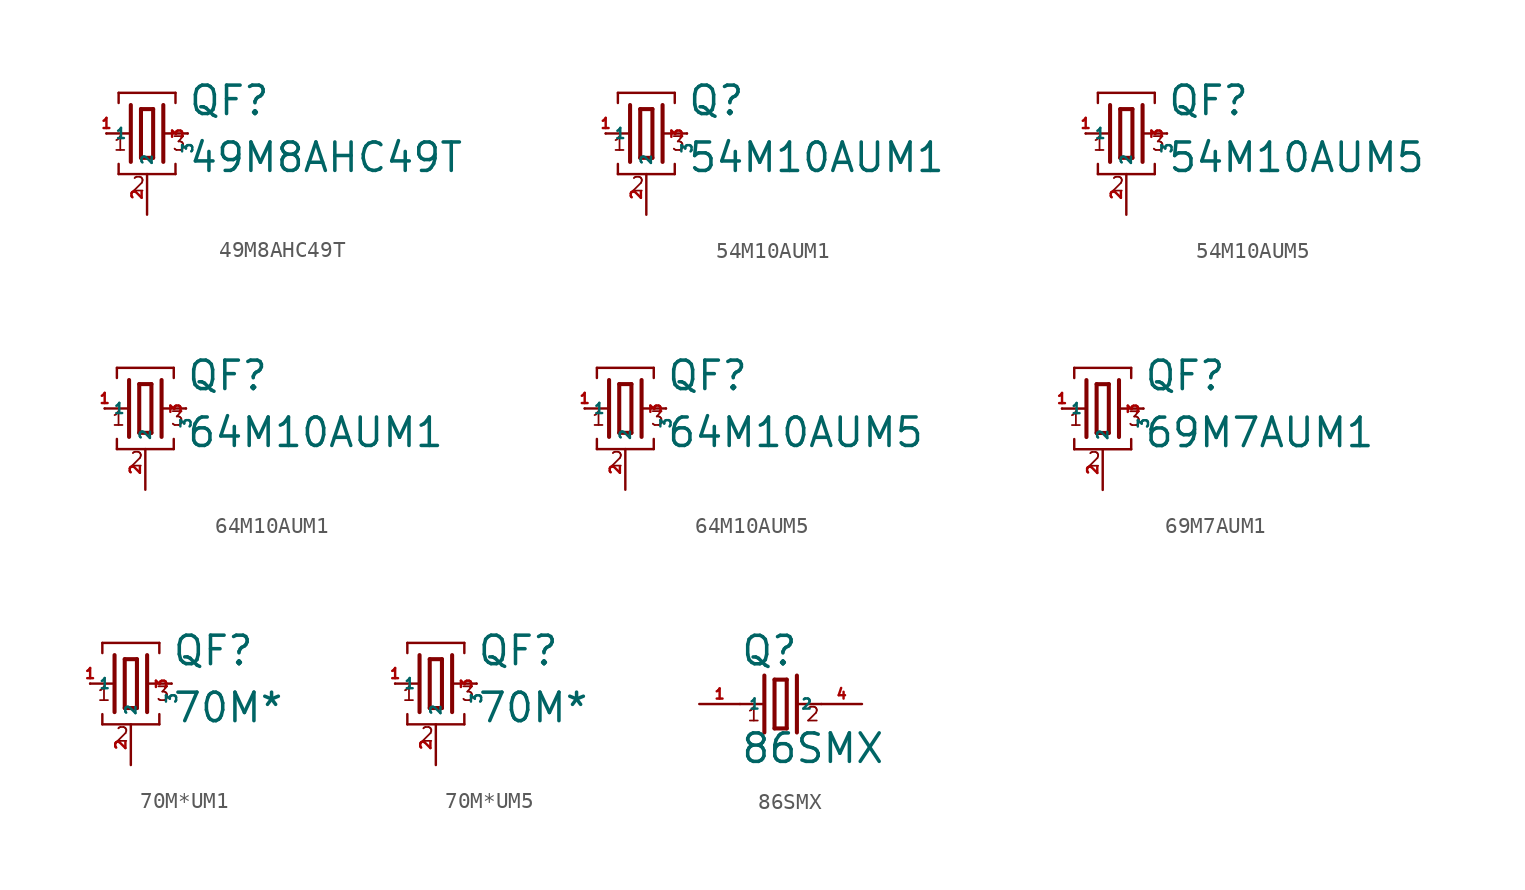
<source format=kicad_sym>
(kicad_symbol_lib
  (version 20220914)
  (generator Eagle2Kicad)
  (symbol "49M8AHC49T"
    (property "Reference" "QF"
      (at 2.54 1.016 0)
      (effects (font (size 1.778 1.778) (thickness 0.22)) (justify left bottom)))
    (property "Value" "49M8AHC49T"
      (at 2.54 -2.54 0)
      (effects (font (size 1.778 1.778) (thickness 0.22)) (justify left bottom)))
    (polyline
      (pts (xy 1.016 0) (xy 2.54 0))
      (stroke (width 0.152) (type default))
      (fill (type none)))
    (polyline
      (pts (xy -2.54 0) (xy -1.016 0))
      (stroke (width 0.152) (type default))
      (fill (type none)))
    (polyline
      (pts (xy -0.381 1.524) (xy -0.381 -1.524))
      (stroke (width 0.254) (type default))
      (fill (type none)))
    (polyline
      (pts (xy -0.381 -1.524) (xy 0.381 -1.524))
      (stroke (width 0.254) (type default))
      (fill (type none)))
    (polyline
      (pts (xy 0.381 -1.524) (xy 0.381 1.524))
      (stroke (width 0.254) (type default))
      (fill (type none)))
    (polyline
      (pts (xy 0.381 1.524) (xy -0.381 1.524))
      (stroke (width 0.254) (type default))
      (fill (type none)))
    (polyline
      (pts (xy 1.016 1.778) (xy 1.016 -1.778))
      (stroke (width 0.254) (type default))
      (fill (type none)))
    (polyline
      (pts (xy -1.016 1.778) (xy -1.016 -1.778))
      (stroke (width 0.254) (type default))
      (fill (type none)))
    (polyline
      (pts (xy -1.778 1.905) (xy -1.778 2.54))
      (stroke (width 0.152) (type default))
      (fill (type none)))
    (polyline
      (pts (xy -1.778 2.54) (xy 1.778 2.54))
      (stroke (width 0.152) (type default))
      (fill (type none)))
    (polyline
      (pts (xy 1.778 2.54) (xy 1.778 1.905))
      (stroke (width 0.152) (type default))
      (fill (type none)))
    (polyline
      (pts (xy 1.778 -1.905) (xy 1.778 -2.54))
      (stroke (width 0.152) (type default))
      (fill (type none)))
    (polyline
      (pts (xy -1.778 -2.54) (xy 1.778 -2.54))
      (stroke (width 0.152) (type default))
      (fill (type none)))
    (polyline
      (pts (xy -1.778 -2.54) (xy -1.778 -1.905))
      (stroke (width 0.152) (type default))
      (fill (type none)))
    (text "1"
      (at -2.159 -1.143 0)
      (effects (font (size 0.864 0.864) (thickness 0.11)) (justify left bottom)))
    (text "2"
      (at -1.016 -3.683 0)
      (effects (font (size 0.864 0.864) (thickness 0.11)) (justify left bottom)))
    (text "3"
      (at 1.524 -1.143 0)
      (effects (font (size 0.864 0.864) (thickness 0.11)) (justify left bottom)))
    (pin passive line
      (at 2.54 0 270)
      (length 0)
      (name "3" (effects (font (size 0.635 0.635) (thickness 0.08)) (justify left bottom)))
      (number "3" (effects (font (size 0.635 0.635) (thickness 0.08)) (justify left bottom))))
    (pin passive line
      (at -2.54 0 0)
      (length 0)
      (name "1" (effects (font (size 0.635 0.635) (thickness 0.08)) (justify left bottom)))
      (number "1" (effects (font (size 0.635 0.635) (thickness 0.08)) (justify left bottom))))
    (pin passive line
      (at 0 -5.08 90)
      (length 2.54)
      (name "2" (effects (font (size 0.635 0.635) (thickness 0.08)) (justify left bottom)))
      (number "2" (effects (font (size 0.635 0.635) (thickness 0.08)) (justify left bottom)))))
  (symbol "54M10AUM1"
    (property "Reference" "Q"
      (at 2.54 1.016 0)
      (effects (font (size 1.778 1.778) (thickness 0.22)) (justify left bottom)))
    (property "Value" "54M10AUM1"
      (at 2.54 -2.54 0)
      (effects (font (size 1.778 1.778) (thickness 0.22)) (justify left bottom)))
    (polyline
      (pts (xy 1.016 0) (xy 2.54 0))
      (stroke (width 0.152) (type default))
      (fill (type none)))
    (polyline
      (pts (xy -2.54 0) (xy -1.016 0))
      (stroke (width 0.152) (type default))
      (fill (type none)))
    (polyline
      (pts (xy -0.381 1.524) (xy -0.381 -1.524))
      (stroke (width 0.254) (type default))
      (fill (type none)))
    (polyline
      (pts (xy -0.381 -1.524) (xy 0.381 -1.524))
      (stroke (width 0.254) (type default))
      (fill (type none)))
    (polyline
      (pts (xy 0.381 -1.524) (xy 0.381 1.524))
      (stroke (width 0.254) (type default))
      (fill (type none)))
    (polyline
      (pts (xy 0.381 1.524) (xy -0.381 1.524))
      (stroke (width 0.254) (type default))
      (fill (type none)))
    (polyline
      (pts (xy 1.016 1.778) (xy 1.016 -1.778))
      (stroke (width 0.254) (type default))
      (fill (type none)))
    (polyline
      (pts (xy -1.016 1.778) (xy -1.016 -1.778))
      (stroke (width 0.254) (type default))
      (fill (type none)))
    (polyline
      (pts (xy -1.778 1.905) (xy -1.778 2.54))
      (stroke (width 0.152) (type default))
      (fill (type none)))
    (polyline
      (pts (xy -1.778 2.54) (xy 1.778 2.54))
      (stroke (width 0.152) (type default))
      (fill (type none)))
    (polyline
      (pts (xy 1.778 2.54) (xy 1.778 1.905))
      (stroke (width 0.152) (type default))
      (fill (type none)))
    (polyline
      (pts (xy 1.778 -1.905) (xy 1.778 -2.54))
      (stroke (width 0.152) (type default))
      (fill (type none)))
    (polyline
      (pts (xy -1.778 -2.54) (xy 1.778 -2.54))
      (stroke (width 0.152) (type default))
      (fill (type none)))
    (polyline
      (pts (xy -1.778 -2.54) (xy -1.778 -1.905))
      (stroke (width 0.152) (type default))
      (fill (type none)))
    (text "1"
      (at -2.159 -1.143 0)
      (effects (font (size 0.864 0.864) (thickness 0.11)) (justify left bottom)))
    (text "2"
      (at -1.016 -3.683 0)
      (effects (font (size 0.864 0.864) (thickness 0.11)) (justify left bottom)))
    (text "3"
      (at 1.524 -1.143 0)
      (effects (font (size 0.864 0.864) (thickness 0.11)) (justify left bottom)))
    (pin passive line
      (at 2.54 0 270)
      (length 0)
      (name "3" (effects (font (size 0.635 0.635) (thickness 0.08)) (justify left bottom)))
      (number "3" (effects (font (size 0.635 0.635) (thickness 0.08)) (justify left bottom))))
    (pin passive line
      (at -2.54 0 0)
      (length 0)
      (name "1" (effects (font (size 0.635 0.635) (thickness 0.08)) (justify left bottom)))
      (number "1" (effects (font (size 0.635 0.635) (thickness 0.08)) (justify left bottom))))
    (pin passive line
      (at 0 -5.08 90)
      (length 2.54)
      (name "2" (effects (font (size 0.635 0.635) (thickness 0.08)) (justify left bottom)))
      (number "2" (effects (font (size 0.635 0.635) (thickness 0.08)) (justify left bottom)))))
  (symbol "54M10AUM5"
    (property "Reference" "QF"
      (at 2.54 1.016 0)
      (effects (font (size 1.778 1.778) (thickness 0.22)) (justify left bottom)))
    (property "Value" "54M10AUM5"
      (at 2.54 -2.54 0)
      (effects (font (size 1.778 1.778) (thickness 0.22)) (justify left bottom)))
    (polyline
      (pts (xy 1.016 0) (xy 2.54 0))
      (stroke (width 0.152) (type default))
      (fill (type none)))
    (polyline
      (pts (xy -2.54 0) (xy -1.016 0))
      (stroke (width 0.152) (type default))
      (fill (type none)))
    (polyline
      (pts (xy -0.381 1.524) (xy -0.381 -1.524))
      (stroke (width 0.254) (type default))
      (fill (type none)))
    (polyline
      (pts (xy -0.381 -1.524) (xy 0.381 -1.524))
      (stroke (width 0.254) (type default))
      (fill (type none)))
    (polyline
      (pts (xy 0.381 -1.524) (xy 0.381 1.524))
      (stroke (width 0.254) (type default))
      (fill (type none)))
    (polyline
      (pts (xy 0.381 1.524) (xy -0.381 1.524))
      (stroke (width 0.254) (type default))
      (fill (type none)))
    (polyline
      (pts (xy 1.016 1.778) (xy 1.016 -1.778))
      (stroke (width 0.254) (type default))
      (fill (type none)))
    (polyline
      (pts (xy -1.016 1.778) (xy -1.016 -1.778))
      (stroke (width 0.254) (type default))
      (fill (type none)))
    (polyline
      (pts (xy -1.778 1.905) (xy -1.778 2.54))
      (stroke (width 0.152) (type default))
      (fill (type none)))
    (polyline
      (pts (xy -1.778 2.54) (xy 1.778 2.54))
      (stroke (width 0.152) (type default))
      (fill (type none)))
    (polyline
      (pts (xy 1.778 2.54) (xy 1.778 1.905))
      (stroke (width 0.152) (type default))
      (fill (type none)))
    (polyline
      (pts (xy 1.778 -1.905) (xy 1.778 -2.54))
      (stroke (width 0.152) (type default))
      (fill (type none)))
    (polyline
      (pts (xy -1.778 -2.54) (xy 1.778 -2.54))
      (stroke (width 0.152) (type default))
      (fill (type none)))
    (polyline
      (pts (xy -1.778 -2.54) (xy -1.778 -1.905))
      (stroke (width 0.152) (type default))
      (fill (type none)))
    (text "1"
      (at -2.159 -1.143 0)
      (effects (font (size 0.864 0.864) (thickness 0.11)) (justify left bottom)))
    (text "2"
      (at -1.016 -3.683 0)
      (effects (font (size 0.864 0.864) (thickness 0.11)) (justify left bottom)))
    (text "3"
      (at 1.524 -1.143 0)
      (effects (font (size 0.864 0.864) (thickness 0.11)) (justify left bottom)))
    (pin passive line
      (at 2.54 0 270)
      (length 0)
      (name "3" (effects (font (size 0.635 0.635) (thickness 0.08)) (justify left bottom)))
      (number "3" (effects (font (size 0.635 0.635) (thickness 0.08)) (justify left bottom))))
    (pin passive line
      (at -2.54 0 0)
      (length 0)
      (name "1" (effects (font (size 0.635 0.635) (thickness 0.08)) (justify left bottom)))
      (number "1" (effects (font (size 0.635 0.635) (thickness 0.08)) (justify left bottom))))
    (pin passive line
      (at 0 -5.08 90)
      (length 2.54)
      (name "2" (effects (font (size 0.635 0.635) (thickness 0.08)) (justify left bottom)))
      (number "2" (effects (font (size 0.635 0.635) (thickness 0.08)) (justify left bottom)))))
  (symbol "64M10AUM1"
    (property "Reference" "QF"
      (at 2.54 1.016 0)
      (effects (font (size 1.778 1.778) (thickness 0.22)) (justify left bottom)))
    (property "Value" "64M10AUM1"
      (at 2.54 -2.54 0)
      (effects (font (size 1.778 1.778) (thickness 0.22)) (justify left bottom)))
    (polyline
      (pts (xy 1.016 0) (xy 2.54 0))
      (stroke (width 0.152) (type default))
      (fill (type none)))
    (polyline
      (pts (xy -2.54 0) (xy -1.016 0))
      (stroke (width 0.152) (type default))
      (fill (type none)))
    (polyline
      (pts (xy -0.381 1.524) (xy -0.381 -1.524))
      (stroke (width 0.254) (type default))
      (fill (type none)))
    (polyline
      (pts (xy -0.381 -1.524) (xy 0.381 -1.524))
      (stroke (width 0.254) (type default))
      (fill (type none)))
    (polyline
      (pts (xy 0.381 -1.524) (xy 0.381 1.524))
      (stroke (width 0.254) (type default))
      (fill (type none)))
    (polyline
      (pts (xy 0.381 1.524) (xy -0.381 1.524))
      (stroke (width 0.254) (type default))
      (fill (type none)))
    (polyline
      (pts (xy 1.016 1.778) (xy 1.016 -1.778))
      (stroke (width 0.254) (type default))
      (fill (type none)))
    (polyline
      (pts (xy -1.016 1.778) (xy -1.016 -1.778))
      (stroke (width 0.254) (type default))
      (fill (type none)))
    (polyline
      (pts (xy -1.778 1.905) (xy -1.778 2.54))
      (stroke (width 0.152) (type default))
      (fill (type none)))
    (polyline
      (pts (xy -1.778 2.54) (xy 1.778 2.54))
      (stroke (width 0.152) (type default))
      (fill (type none)))
    (polyline
      (pts (xy 1.778 2.54) (xy 1.778 1.905))
      (stroke (width 0.152) (type default))
      (fill (type none)))
    (polyline
      (pts (xy 1.778 -1.905) (xy 1.778 -2.54))
      (stroke (width 0.152) (type default))
      (fill (type none)))
    (polyline
      (pts (xy -1.778 -2.54) (xy 1.778 -2.54))
      (stroke (width 0.152) (type default))
      (fill (type none)))
    (polyline
      (pts (xy -1.778 -2.54) (xy -1.778 -1.905))
      (stroke (width 0.152) (type default))
      (fill (type none)))
    (text "1"
      (at -2.159 -1.143 0)
      (effects (font (size 0.864 0.864) (thickness 0.11)) (justify left bottom)))
    (text "2"
      (at -1.016 -3.683 0)
      (effects (font (size 0.864 0.864) (thickness 0.11)) (justify left bottom)))
    (text "3"
      (at 1.524 -1.143 0)
      (effects (font (size 0.864 0.864) (thickness 0.11)) (justify left bottom)))
    (pin passive line
      (at 2.54 0 270)
      (length 0)
      (name "3" (effects (font (size 0.635 0.635) (thickness 0.08)) (justify left bottom)))
      (number "3" (effects (font (size 0.635 0.635) (thickness 0.08)) (justify left bottom))))
    (pin passive line
      (at -2.54 0 0)
      (length 0)
      (name "1" (effects (font (size 0.635 0.635) (thickness 0.08)) (justify left bottom)))
      (number "1" (effects (font (size 0.635 0.635) (thickness 0.08)) (justify left bottom))))
    (pin passive line
      (at 0 -5.08 90)
      (length 2.54)
      (name "2" (effects (font (size 0.635 0.635) (thickness 0.08)) (justify left bottom)))
      (number "2" (effects (font (size 0.635 0.635) (thickness 0.08)) (justify left bottom)))))
  (symbol "64M10AUM5"
    (property "Reference" "QF"
      (at 2.54 1.016 0)
      (effects (font (size 1.778 1.778) (thickness 0.22)) (justify left bottom)))
    (property "Value" "64M10AUM5"
      (at 2.54 -2.54 0)
      (effects (font (size 1.778 1.778) (thickness 0.22)) (justify left bottom)))
    (polyline
      (pts (xy 1.016 0) (xy 2.54 0))
      (stroke (width 0.152) (type default))
      (fill (type none)))
    (polyline
      (pts (xy -2.54 0) (xy -1.016 0))
      (stroke (width 0.152) (type default))
      (fill (type none)))
    (polyline
      (pts (xy -0.381 1.524) (xy -0.381 -1.524))
      (stroke (width 0.254) (type default))
      (fill (type none)))
    (polyline
      (pts (xy -0.381 -1.524) (xy 0.381 -1.524))
      (stroke (width 0.254) (type default))
      (fill (type none)))
    (polyline
      (pts (xy 0.381 -1.524) (xy 0.381 1.524))
      (stroke (width 0.254) (type default))
      (fill (type none)))
    (polyline
      (pts (xy 0.381 1.524) (xy -0.381 1.524))
      (stroke (width 0.254) (type default))
      (fill (type none)))
    (polyline
      (pts (xy 1.016 1.778) (xy 1.016 -1.778))
      (stroke (width 0.254) (type default))
      (fill (type none)))
    (polyline
      (pts (xy -1.016 1.778) (xy -1.016 -1.778))
      (stroke (width 0.254) (type default))
      (fill (type none)))
    (polyline
      (pts (xy -1.778 1.905) (xy -1.778 2.54))
      (stroke (width 0.152) (type default))
      (fill (type none)))
    (polyline
      (pts (xy -1.778 2.54) (xy 1.778 2.54))
      (stroke (width 0.152) (type default))
      (fill (type none)))
    (polyline
      (pts (xy 1.778 2.54) (xy 1.778 1.905))
      (stroke (width 0.152) (type default))
      (fill (type none)))
    (polyline
      (pts (xy 1.778 -1.905) (xy 1.778 -2.54))
      (stroke (width 0.152) (type default))
      (fill (type none)))
    (polyline
      (pts (xy -1.778 -2.54) (xy 1.778 -2.54))
      (stroke (width 0.152) (type default))
      (fill (type none)))
    (polyline
      (pts (xy -1.778 -2.54) (xy -1.778 -1.905))
      (stroke (width 0.152) (type default))
      (fill (type none)))
    (text "1"
      (at -2.159 -1.143 0)
      (effects (font (size 0.864 0.864) (thickness 0.11)) (justify left bottom)))
    (text "2"
      (at -1.016 -3.683 0)
      (effects (font (size 0.864 0.864) (thickness 0.11)) (justify left bottom)))
    (text "3"
      (at 1.524 -1.143 0)
      (effects (font (size 0.864 0.864) (thickness 0.11)) (justify left bottom)))
    (pin passive line
      (at 2.54 0 270)
      (length 0)
      (name "3" (effects (font (size 0.635 0.635) (thickness 0.08)) (justify left bottom)))
      (number "3" (effects (font (size 0.635 0.635) (thickness 0.08)) (justify left bottom))))
    (pin passive line
      (at -2.54 0 0)
      (length 0)
      (name "1" (effects (font (size 0.635 0.635) (thickness 0.08)) (justify left bottom)))
      (number "1" (effects (font (size 0.635 0.635) (thickness 0.08)) (justify left bottom))))
    (pin passive line
      (at 0 -5.08 90)
      (length 2.54)
      (name "2" (effects (font (size 0.635 0.635) (thickness 0.08)) (justify left bottom)))
      (number "2" (effects (font (size 0.635 0.635) (thickness 0.08)) (justify left bottom)))))
  (symbol "69M7AUM1"
    (property "Reference" "QF"
      (at 2.54 1.016 0)
      (effects (font (size 1.778 1.778) (thickness 0.22)) (justify left bottom)))
    (property "Value" "69M7AUM1"
      (at 2.54 -2.54 0)
      (effects (font (size 1.778 1.778) (thickness 0.22)) (justify left bottom)))
    (polyline
      (pts (xy 1.016 0) (xy 2.54 0))
      (stroke (width 0.152) (type default))
      (fill (type none)))
    (polyline
      (pts (xy -2.54 0) (xy -1.016 0))
      (stroke (width 0.152) (type default))
      (fill (type none)))
    (polyline
      (pts (xy -0.381 1.524) (xy -0.381 -1.524))
      (stroke (width 0.254) (type default))
      (fill (type none)))
    (polyline
      (pts (xy -0.381 -1.524) (xy 0.381 -1.524))
      (stroke (width 0.254) (type default))
      (fill (type none)))
    (polyline
      (pts (xy 0.381 -1.524) (xy 0.381 1.524))
      (stroke (width 0.254) (type default))
      (fill (type none)))
    (polyline
      (pts (xy 0.381 1.524) (xy -0.381 1.524))
      (stroke (width 0.254) (type default))
      (fill (type none)))
    (polyline
      (pts (xy 1.016 1.778) (xy 1.016 -1.778))
      (stroke (width 0.254) (type default))
      (fill (type none)))
    (polyline
      (pts (xy -1.016 1.778) (xy -1.016 -1.778))
      (stroke (width 0.254) (type default))
      (fill (type none)))
    (polyline
      (pts (xy -1.778 1.905) (xy -1.778 2.54))
      (stroke (width 0.152) (type default))
      (fill (type none)))
    (polyline
      (pts (xy -1.778 2.54) (xy 1.778 2.54))
      (stroke (width 0.152) (type default))
      (fill (type none)))
    (polyline
      (pts (xy 1.778 2.54) (xy 1.778 1.905))
      (stroke (width 0.152) (type default))
      (fill (type none)))
    (polyline
      (pts (xy 1.778 -1.905) (xy 1.778 -2.54))
      (stroke (width 0.152) (type default))
      (fill (type none)))
    (polyline
      (pts (xy -1.778 -2.54) (xy 1.778 -2.54))
      (stroke (width 0.152) (type default))
      (fill (type none)))
    (polyline
      (pts (xy -1.778 -2.54) (xy -1.778 -1.905))
      (stroke (width 0.152) (type default))
      (fill (type none)))
    (text "1"
      (at -2.159 -1.143 0)
      (effects (font (size 0.864 0.864) (thickness 0.11)) (justify left bottom)))
    (text "2"
      (at -1.016 -3.683 0)
      (effects (font (size 0.864 0.864) (thickness 0.11)) (justify left bottom)))
    (text "3"
      (at 1.524 -1.143 0)
      (effects (font (size 0.864 0.864) (thickness 0.11)) (justify left bottom)))
    (pin passive line
      (at 2.54 0 270)
      (length 0)
      (name "3" (effects (font (size 0.635 0.635) (thickness 0.08)) (justify left bottom)))
      (number "3" (effects (font (size 0.635 0.635) (thickness 0.08)) (justify left bottom))))
    (pin passive line
      (at -2.54 0 0)
      (length 0)
      (name "1" (effects (font (size 0.635 0.635) (thickness 0.08)) (justify left bottom)))
      (number "1" (effects (font (size 0.635 0.635) (thickness 0.08)) (justify left bottom))))
    (pin passive line
      (at 0 -5.08 90)
      (length 2.54)
      (name "2" (effects (font (size 0.635 0.635) (thickness 0.08)) (justify left bottom)))
      (number "2" (effects (font (size 0.635 0.635) (thickness 0.08)) (justify left bottom)))))
  (symbol "70M*UM1"
    (property "Reference" "QF"
      (at 2.54 1.016 0)
      (effects (font (size 1.778 1.778) (thickness 0.22)) (justify left bottom)))
    (property "Value" "70M*"
      (at 2.54 -2.54 0)
      (effects (font (size 1.778 1.778) (thickness 0.22)) (justify left bottom)))
    (polyline
      (pts (xy 1.016 0) (xy 2.54 0))
      (stroke (width 0.152) (type default))
      (fill (type none)))
    (polyline
      (pts (xy -2.54 0) (xy -1.016 0))
      (stroke (width 0.152) (type default))
      (fill (type none)))
    (polyline
      (pts (xy -0.381 1.524) (xy -0.381 -1.524))
      (stroke (width 0.254) (type default))
      (fill (type none)))
    (polyline
      (pts (xy -0.381 -1.524) (xy 0.381 -1.524))
      (stroke (width 0.254) (type default))
      (fill (type none)))
    (polyline
      (pts (xy 0.381 -1.524) (xy 0.381 1.524))
      (stroke (width 0.254) (type default))
      (fill (type none)))
    (polyline
      (pts (xy 0.381 1.524) (xy -0.381 1.524))
      (stroke (width 0.254) (type default))
      (fill (type none)))
    (polyline
      (pts (xy 1.016 1.778) (xy 1.016 -1.778))
      (stroke (width 0.254) (type default))
      (fill (type none)))
    (polyline
      (pts (xy -1.016 1.778) (xy -1.016 -1.778))
      (stroke (width 0.254) (type default))
      (fill (type none)))
    (polyline
      (pts (xy -1.778 1.905) (xy -1.778 2.54))
      (stroke (width 0.152) (type default))
      (fill (type none)))
    (polyline
      (pts (xy -1.778 2.54) (xy 1.778 2.54))
      (stroke (width 0.152) (type default))
      (fill (type none)))
    (polyline
      (pts (xy 1.778 2.54) (xy 1.778 1.905))
      (stroke (width 0.152) (type default))
      (fill (type none)))
    (polyline
      (pts (xy 1.778 -1.905) (xy 1.778 -2.54))
      (stroke (width 0.152) (type default))
      (fill (type none)))
    (polyline
      (pts (xy -1.778 -2.54) (xy 1.778 -2.54))
      (stroke (width 0.152) (type default))
      (fill (type none)))
    (polyline
      (pts (xy -1.778 -2.54) (xy -1.778 -1.905))
      (stroke (width 0.152) (type default))
      (fill (type none)))
    (text "1"
      (at -2.159 -1.143 0)
      (effects (font (size 0.864 0.864) (thickness 0.11)) (justify left bottom)))
    (text "2"
      (at -1.016 -3.683 0)
      (effects (font (size 0.864 0.864) (thickness 0.11)) (justify left bottom)))
    (text "3"
      (at 1.524 -1.143 0)
      (effects (font (size 0.864 0.864) (thickness 0.11)) (justify left bottom)))
    (pin passive line
      (at 2.54 0 270)
      (length 0)
      (name "3" (effects (font (size 0.635 0.635) (thickness 0.08)) (justify left bottom)))
      (number "3" (effects (font (size 0.635 0.635) (thickness 0.08)) (justify left bottom))))
    (pin passive line
      (at -2.54 0 0)
      (length 0)
      (name "1" (effects (font (size 0.635 0.635) (thickness 0.08)) (justify left bottom)))
      (number "1" (effects (font (size 0.635 0.635) (thickness 0.08)) (justify left bottom))))
    (pin passive line
      (at 0 -5.08 90)
      (length 2.54)
      (name "2" (effects (font (size 0.635 0.635) (thickness 0.08)) (justify left bottom)))
      (number "2" (effects (font (size 0.635 0.635) (thickness 0.08)) (justify left bottom)))))
  (symbol "70M*UM5"
    (property "Reference" "QF"
      (at 2.54 1.016 0)
      (effects (font (size 1.778 1.778) (thickness 0.22)) (justify left bottom)))
    (property "Value" "70M*"
      (at 2.54 -2.54 0)
      (effects (font (size 1.778 1.778) (thickness 0.22)) (justify left bottom)))
    (polyline
      (pts (xy 1.016 0) (xy 2.54 0))
      (stroke (width 0.152) (type default))
      (fill (type none)))
    (polyline
      (pts (xy -2.54 0) (xy -1.016 0))
      (stroke (width 0.152) (type default))
      (fill (type none)))
    (polyline
      (pts (xy -0.381 1.524) (xy -0.381 -1.524))
      (stroke (width 0.254) (type default))
      (fill (type none)))
    (polyline
      (pts (xy -0.381 -1.524) (xy 0.381 -1.524))
      (stroke (width 0.254) (type default))
      (fill (type none)))
    (polyline
      (pts (xy 0.381 -1.524) (xy 0.381 1.524))
      (stroke (width 0.254) (type default))
      (fill (type none)))
    (polyline
      (pts (xy 0.381 1.524) (xy -0.381 1.524))
      (stroke (width 0.254) (type default))
      (fill (type none)))
    (polyline
      (pts (xy 1.016 1.778) (xy 1.016 -1.778))
      (stroke (width 0.254) (type default))
      (fill (type none)))
    (polyline
      (pts (xy -1.016 1.778) (xy -1.016 -1.778))
      (stroke (width 0.254) (type default))
      (fill (type none)))
    (polyline
      (pts (xy -1.778 1.905) (xy -1.778 2.54))
      (stroke (width 0.152) (type default))
      (fill (type none)))
    (polyline
      (pts (xy -1.778 2.54) (xy 1.778 2.54))
      (stroke (width 0.152) (type default))
      (fill (type none)))
    (polyline
      (pts (xy 1.778 2.54) (xy 1.778 1.905))
      (stroke (width 0.152) (type default))
      (fill (type none)))
    (polyline
      (pts (xy 1.778 -1.905) (xy 1.778 -2.54))
      (stroke (width 0.152) (type default))
      (fill (type none)))
    (polyline
      (pts (xy -1.778 -2.54) (xy 1.778 -2.54))
      (stroke (width 0.152) (type default))
      (fill (type none)))
    (polyline
      (pts (xy -1.778 -2.54) (xy -1.778 -1.905))
      (stroke (width 0.152) (type default))
      (fill (type none)))
    (text "1"
      (at -2.159 -1.143 0)
      (effects (font (size 0.864 0.864) (thickness 0.11)) (justify left bottom)))
    (text "2"
      (at -1.016 -3.683 0)
      (effects (font (size 0.864 0.864) (thickness 0.11)) (justify left bottom)))
    (text "3"
      (at 1.524 -1.143 0)
      (effects (font (size 0.864 0.864) (thickness 0.11)) (justify left bottom)))
    (pin passive line
      (at 2.54 0 270)
      (length 0)
      (name "3" (effects (font (size 0.635 0.635) (thickness 0.08)) (justify left bottom)))
      (number "3" (effects (font (size 0.635 0.635) (thickness 0.08)) (justify left bottom))))
    (pin passive line
      (at -2.54 0 0)
      (length 0)
      (name "1" (effects (font (size 0.635 0.635) (thickness 0.08)) (justify left bottom)))
      (number "1" (effects (font (size 0.635 0.635) (thickness 0.08)) (justify left bottom))))
    (pin passive line
      (at 0 -5.08 90)
      (length 2.54)
      (name "2" (effects (font (size 0.635 0.635) (thickness 0.08)) (justify left bottom)))
      (number "2" (effects (font (size 0.635 0.635) (thickness 0.08)) (justify left bottom)))))
  (symbol "86SMX"
    (property "Reference" "Q"
      (at -2.54 2.286 0)
      (effects (font (size 1.778 1.778) (thickness 0.22)) (justify left bottom)))
    (property "Value" "86SMX"
      (at -2.54 -3.81 0)
      (effects (font (size 1.778 1.778) (thickness 0.22)) (justify left bottom)))
    (polyline
      (pts (xy 1.016 0) (xy 2.54 0))
      (stroke (width 0.152) (type default))
      (fill (type none)))
    (polyline
      (pts (xy -2.54 0) (xy -1.016 0))
      (stroke (width 0.152) (type default))
      (fill (type none)))
    (polyline
      (pts (xy -0.381 1.524) (xy -0.381 -1.524))
      (stroke (width 0.254) (type default))
      (fill (type none)))
    (polyline
      (pts (xy -0.381 -1.524) (xy 0.381 -1.524))
      (stroke (width 0.254) (type default))
      (fill (type none)))
    (polyline
      (pts (xy 0.381 -1.524) (xy 0.381 1.524))
      (stroke (width 0.254) (type default))
      (fill (type none)))
    (polyline
      (pts (xy 0.381 1.524) (xy -0.381 1.524))
      (stroke (width 0.254) (type default))
      (fill (type none)))
    (polyline
      (pts (xy 1.016 1.778) (xy 1.016 -1.778))
      (stroke (width 0.254) (type default))
      (fill (type none)))
    (polyline
      (pts (xy -1.016 1.778) (xy -1.016 -1.778))
      (stroke (width 0.254) (type default))
      (fill (type none)))
    (text "1"
      (at -2.159 -1.143 0)
      (effects (font (size 0.864 0.864) (thickness 0.11)) (justify left bottom)))
    (text "2"
      (at 1.524 -1.143 0)
      (effects (font (size 0.864 0.864) (thickness 0.11)) (justify left bottom)))
    (pin passive line
      (at 5.08 0 180)
      (length 2.54)
      (name "2" (effects (font (size 0.635 0.635) (thickness 0.08)) (justify left bottom)))
      (number "4" (effects (font (size 0.635 0.635) (thickness 0.08)) (justify left bottom))))
    (pin passive line
      (at -5.08 0 0)
      (length 2.54)
      (name "1" (effects (font (size 0.635 0.635) (thickness 0.08)) (justify left bottom)))
      (number "1" (effects (font (size 0.635 0.635) (thickness 0.08)) (justify left bottom))))))
</source>
